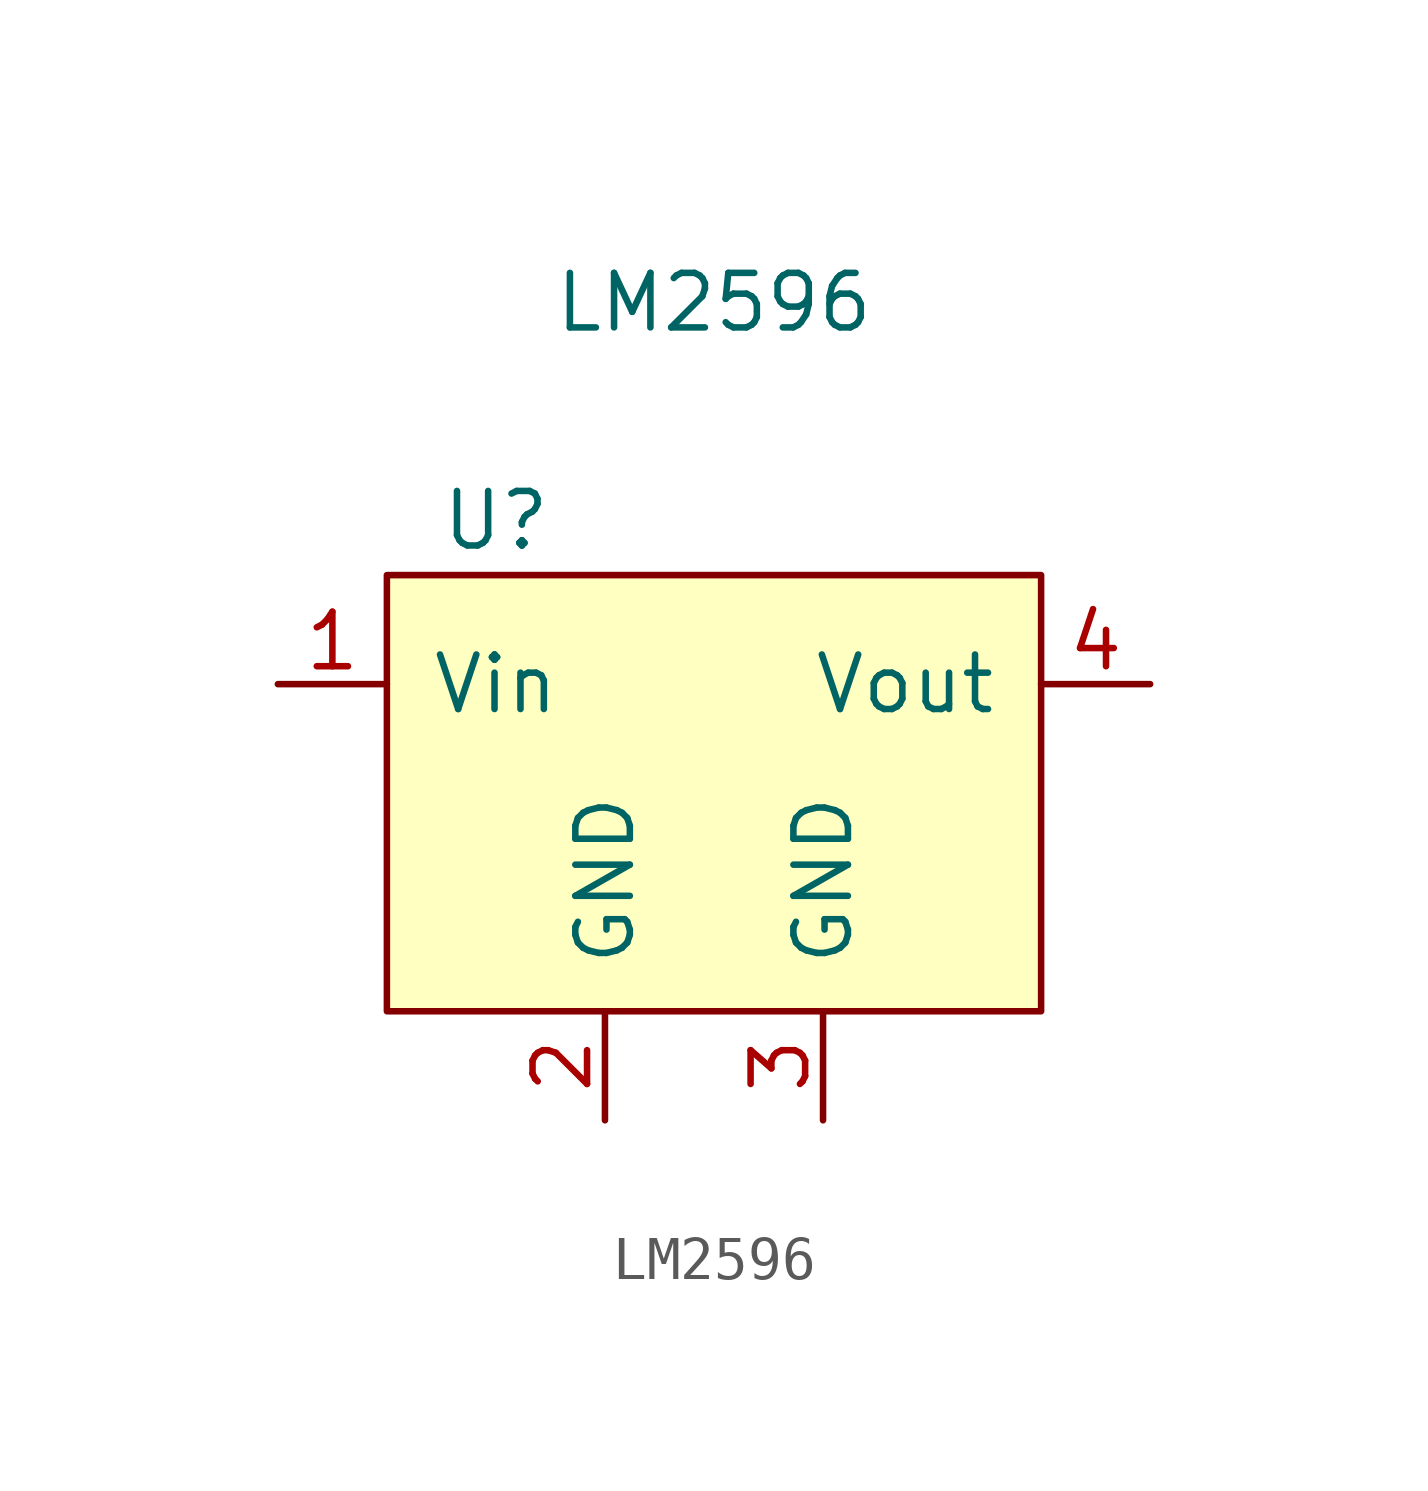
<source format=kicad_sym>
(kicad_symbol_lib
  (version 20211014)
  (generator kicad_symbol_editor)
  (symbol "LM2596"
    (pin_names
      (offset 1.016))
    (property "Reference" "U"
      (at -5.08 6.35 0)
      (effects (font (size 1.27 1.27))))
    (property "Value" "LM2596"
      (at 0 11.43 0)
      (effects (font (size 1.27 1.27))))
    (symbol "LM2596_0_1"
      (rectangle (start -7.62 5.08) (end 7.62 -5.08) (stroke (width 0) (type default) (color 0 0 0 0)) (fill (type background))))
    (symbol "LM2596_1_1"
      (pin power_in line (at -10.16 2.54 0) (length 2.54) (name "Vin" (effects (font (size 1.27 1.27)))) (number "1" (effects (font (size 1.27 1.27)))))
      (pin power_in line (at -2.54 -7.62 90) (length 2.54) (name "GND" (effects (font (size 1.27 1.27)))) (number "2" (effects (font (size 1.27 1.27)))))
      (pin power_in line (at 2.54 -7.62 90) (length 2.54) (name "GND" (effects (font (size 1.27 1.27)))) (number "3" (effects (font (size 1.27 1.27)))))
      (pin power_out line (at 10.16 2.54 180) (length 2.54) (name "Vout" (effects (font (size 1.27 1.27)))) (number "4" (effects (font (size 1.27 1.27))))))))
</source>
